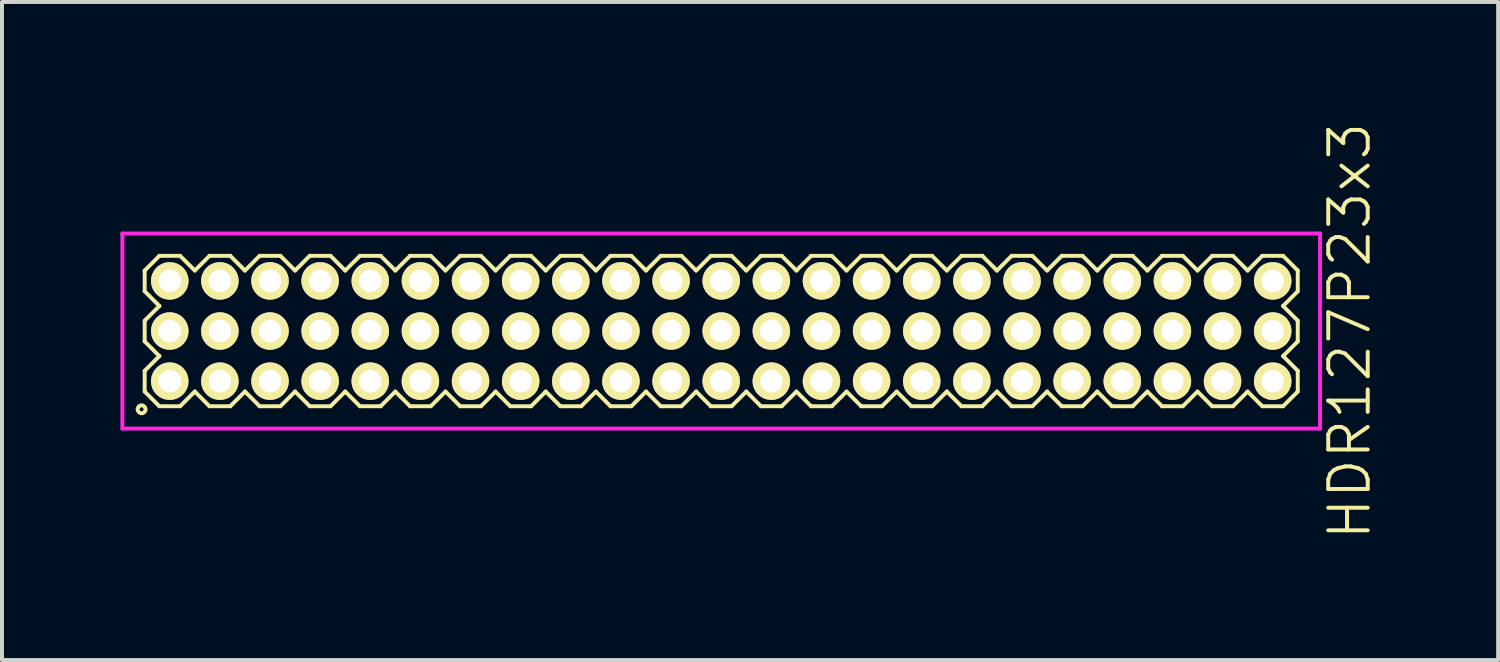
<source format=kicad_pcb>
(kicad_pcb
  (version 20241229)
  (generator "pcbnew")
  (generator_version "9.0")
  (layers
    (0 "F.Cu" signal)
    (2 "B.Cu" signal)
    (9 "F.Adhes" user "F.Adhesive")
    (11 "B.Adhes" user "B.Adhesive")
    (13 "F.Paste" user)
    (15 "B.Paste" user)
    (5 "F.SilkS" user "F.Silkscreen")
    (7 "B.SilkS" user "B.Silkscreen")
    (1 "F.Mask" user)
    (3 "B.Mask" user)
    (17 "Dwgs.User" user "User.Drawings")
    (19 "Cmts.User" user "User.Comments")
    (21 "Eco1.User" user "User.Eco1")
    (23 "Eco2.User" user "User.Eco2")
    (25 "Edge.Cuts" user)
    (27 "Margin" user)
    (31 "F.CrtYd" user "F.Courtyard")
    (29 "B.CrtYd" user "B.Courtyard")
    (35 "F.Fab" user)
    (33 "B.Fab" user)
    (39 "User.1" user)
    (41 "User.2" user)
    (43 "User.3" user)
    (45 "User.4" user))
  (footprint "HDR127P23x3"
    (layer "F.Cu")
    (at 15.22 5.336)
    (property "Reference" "HDR127P23x3" (at 15.92 0 90) (layer "F.SilkS") (effects (font (size 1 1) (thickness 0.1))))
    (attr through_hole)
    (fp_line (start -14.605 -1.533) (end -14.233 -1.905) (stroke (width 0.1) (type solid)) (layer "F.SilkS"))
    (fp_line (start -14.605 -1.007) (end -14.605 -1.533) (stroke (width 0.1) (type solid)) (layer "F.SilkS"))
    (fp_line (start -14.605 -0.263) (end -14.233 -0.635) (stroke (width 0.1) (type solid)) (layer "F.SilkS"))
    (fp_line (start -14.605 0.263) (end -14.605 -0.263) (stroke (width 0.1) (type solid)) (layer "F.SilkS"))
    (fp_line (start -14.605 1.007) (end -14.233 0.635) (stroke (width 0.1) (type solid)) (layer "F.SilkS"))
    (fp_line (start -14.605 1.533) (end -14.605 1.007) (stroke (width 0.1) (type solid)) (layer "F.SilkS"))
    (fp_line (start -14.233 -1.905) (end -13.707 -1.905) (stroke (width 0.1) (type solid)) (layer "F.SilkS"))
    (fp_line (start -14.233 -0.635) (end -14.605 -1.007) (stroke (width 0.1) (type solid)) (layer "F.SilkS"))
    (fp_line (start -14.233 0.635) (end -14.605 0.263) (stroke (width 0.1) (type solid)) (layer "F.SilkS"))
    (fp_line (start -14.233 1.905) (end -14.605 1.533) (stroke (width 0.1) (type solid)) (layer "F.SilkS"))
    (fp_line (start -13.707 -1.905) (end -13.335 -1.533) (stroke (width 0.1) (type solid)) (layer "F.SilkS"))
    (fp_line (start -13.707 1.905) (end -14.233 1.905) (stroke (width 0.1) (type solid)) (layer "F.SilkS"))
    (fp_line (start -13.335 -1.533) (end -12.963 -1.905) (stroke (width 0.1) (type solid)) (layer "F.SilkS"))
    (fp_line (start -13.335 1.533) (end -13.707 1.905) (stroke (width 0.1) (type solid)) (layer "F.SilkS"))
    (fp_line (start -12.963 -1.905) (end -12.437 -1.905) (stroke (width 0.1) (type solid)) (layer "F.SilkS"))
    (fp_line (start -12.963 1.905) (end -13.335 1.533) (stroke (width 0.1) (type solid)) (layer "F.SilkS"))
    (fp_line (start -12.437 -1.905) (end -12.065 -1.533) (stroke (width 0.1) (type solid)) (layer "F.SilkS"))
    (fp_line (start -12.437 1.905) (end -12.963 1.905) (stroke (width 0.1) (type solid)) (layer "F.SilkS"))
    (fp_line (start -12.065 -1.533) (end -11.693 -1.905) (stroke (width 0.1) (type solid)) (layer "F.SilkS"))
    (fp_line (start -12.065 1.533) (end -12.437 1.905) (stroke (width 0.1) (type solid)) (layer "F.SilkS"))
    (fp_line (start -11.693 -1.905) (end -11.167 -1.905) (stroke (width 0.1) (type solid)) (layer "F.SilkS"))
    (fp_line (start -11.693 1.905) (end -12.065 1.533) (stroke (width 0.1) (type solid)) (layer "F.SilkS"))
    (fp_line (start -11.167 -1.905) (end -10.795 -1.533) (stroke (width 0.1) (type solid)) (layer "F.SilkS"))
    (fp_line (start -11.167 1.905) (end -11.693 1.905) (stroke (width 0.1) (type solid)) (layer "F.SilkS"))
    (fp_line (start -10.795 -1.533) (end -10.423 -1.905) (stroke (width 0.1) (type solid)) (layer "F.SilkS"))
    (fp_line (start -10.795 1.533) (end -11.167 1.905) (stroke (width 0.1) (type solid)) (layer "F.SilkS"))
    (fp_line (start -10.423 -1.905) (end -9.897 -1.905) (stroke (width 0.1) (type solid)) (layer "F.SilkS"))
    (fp_line (start -10.423 1.905) (end -10.795 1.533) (stroke (width 0.1) (type solid)) (layer "F.SilkS"))
    (fp_line (start -9.897 -1.905) (end -9.525 -1.533) (stroke (width 0.1) (type solid)) (layer "F.SilkS"))
    (fp_line (start -9.897 1.905) (end -10.423 1.905) (stroke (width 0.1) (type solid)) (layer "F.SilkS"))
    (fp_line (start -9.525 -1.533) (end -9.153 -1.905) (stroke (width 0.1) (type solid)) (layer "F.SilkS"))
    (fp_line (start -9.525 1.533) (end -9.897 1.905) (stroke (width 0.1) (type solid)) (layer "F.SilkS"))
    (fp_line (start -9.153 -1.905) (end -8.627 -1.905) (stroke (width 0.1) (type solid)) (layer "F.SilkS"))
    (fp_line (start -9.153 1.905) (end -9.525 1.533) (stroke (width 0.1) (type solid)) (layer "F.SilkS"))
    (fp_line (start -8.627 -1.905) (end -8.255 -1.533) (stroke (width 0.1) (type solid)) (layer "F.SilkS"))
    (fp_line (start -8.627 1.905) (end -9.153 1.905) (stroke (width 0.1) (type solid)) (layer "F.SilkS"))
    (fp_line (start -8.255 -1.533) (end -7.883 -1.905) (stroke (width 0.1) (type solid)) (layer "F.SilkS"))
    (fp_line (start -8.255 1.533) (end -8.627 1.905) (stroke (width 0.1) (type solid)) (layer "F.SilkS"))
    (fp_line (start -7.883 -1.905) (end -7.357 -1.905) (stroke (width 0.1) (type solid)) (layer "F.SilkS"))
    (fp_line (start -7.883 1.905) (end -8.255 1.533) (stroke (width 0.1) (type solid)) (layer "F.SilkS"))
    (fp_line (start -7.357 -1.905) (end -6.985 -1.533) (stroke (width 0.1) (type solid)) (layer "F.SilkS"))
    (fp_line (start -7.357 1.905) (end -7.883 1.905) (stroke (width 0.1) (type solid)) (layer "F.SilkS"))
    (fp_line (start -6.985 -1.533) (end -6.613 -1.905) (stroke (width 0.1) (type solid)) (layer "F.SilkS"))
    (fp_line (start -6.985 1.533) (end -7.357 1.905) (stroke (width 0.1) (type solid)) (layer "F.SilkS"))
    (fp_line (start -6.613 -1.905) (end -6.087 -1.905) (stroke (width 0.1) (type solid)) (layer "F.SilkS"))
    (fp_line (start -6.613 1.905) (end -6.985 1.533) (stroke (width 0.1) (type solid)) (layer "F.SilkS"))
    (fp_line (start -6.087 -1.905) (end -5.715 -1.533) (stroke (width 0.1) (type solid)) (layer "F.SilkS"))
    (fp_line (start -6.087 1.905) (end -6.613 1.905) (stroke (width 0.1) (type solid)) (layer "F.SilkS"))
    (fp_line (start -5.715 -1.533) (end -5.343 -1.905) (stroke (width 0.1) (type solid)) (layer "F.SilkS"))
    (fp_line (start -5.715 1.533) (end -6.087 1.905) (stroke (width 0.1) (type solid)) (layer "F.SilkS"))
    (fp_line (start -5.343 -1.905) (end -4.817 -1.905) (stroke (width 0.1) (type solid)) (layer "F.SilkS"))
    (fp_line (start -5.343 1.905) (end -5.715 1.533) (stroke (width 0.1) (type solid)) (layer "F.SilkS"))
    (fp_line (start -4.817 -1.905) (end -4.445 -1.533) (stroke (width 0.1) (type solid)) (layer "F.SilkS"))
    (fp_line (start -4.817 1.905) (end -5.343 1.905) (stroke (width 0.1) (type solid)) (layer "F.SilkS"))
    (fp_line (start -4.445 -1.533) (end -4.073 -1.905) (stroke (width 0.1) (type solid)) (layer "F.SilkS"))
    (fp_line (start -4.445 1.533) (end -4.817 1.905) (stroke (width 0.1) (type solid)) (layer "F.SilkS"))
    (fp_line (start -4.073 -1.905) (end -3.547 -1.905) (stroke (width 0.1) (type solid)) (layer "F.SilkS"))
    (fp_line (start -4.073 1.905) (end -4.445 1.533) (stroke (width 0.1) (type solid)) (layer "F.SilkS"))
    (fp_line (start -3.547 -1.905) (end -3.175 -1.533) (stroke (width 0.1) (type solid)) (layer "F.SilkS"))
    (fp_line (start -3.547 1.905) (end -4.073 1.905) (stroke (width 0.1) (type solid)) (layer "F.SilkS"))
    (fp_line (start -3.175 -1.533) (end -2.803 -1.905) (stroke (width 0.1) (type solid)) (layer "F.SilkS"))
    (fp_line (start -3.175 1.533) (end -3.547 1.905) (stroke (width 0.1) (type solid)) (layer "F.SilkS"))
    (fp_line (start -2.803 -1.905) (end -2.277 -1.905) (stroke (width 0.1) (type solid)) (layer "F.SilkS"))
    (fp_line (start -2.803 1.905) (end -3.175 1.533) (stroke (width 0.1) (type solid)) (layer "F.SilkS"))
    (fp_line (start -2.277 -1.905) (end -1.905 -1.533) (stroke (width 0.1) (type solid)) (layer "F.SilkS"))
    (fp_line (start -2.277 1.905) (end -2.803 1.905) (stroke (width 0.1) (type solid)) (layer "F.SilkS"))
    (fp_line (start -1.905 -1.533) (end -1.533 -1.905) (stroke (width 0.1) (type solid)) (layer "F.SilkS"))
    (fp_line (start -1.905 1.533) (end -2.277 1.905) (stroke (width 0.1) (type solid)) (layer "F.SilkS"))
    (fp_line (start -1.533 -1.905) (end -1.007 -1.905) (stroke (width 0.1) (type solid)) (layer "F.SilkS"))
    (fp_line (start -1.533 1.905) (end -1.905 1.533) (stroke (width 0.1) (type solid)) (layer "F.SilkS"))
    (fp_line (start -1.007 -1.905) (end -0.635 -1.533) (stroke (width 0.1) (type solid)) (layer "F.SilkS"))
    (fp_line (start -1.007 1.905) (end -1.533 1.905) (stroke (width 0.1) (type solid)) (layer "F.SilkS"))
    (fp_line (start -0.635 -1.533) (end -0.263 -1.905) (stroke (width 0.1) (type solid)) (layer "F.SilkS"))
    (fp_line (start -0.635 1.533) (end -1.007 1.905) (stroke (width 0.1) (type solid)) (layer "F.SilkS"))
    (fp_line (start -0.263 -1.905) (end 0.263 -1.905) (stroke (width 0.1) (type solid)) (layer "F.SilkS"))
    (fp_line (start -0.263 1.905) (end -0.635 1.533) (stroke (width 0.1) (type solid)) (layer "F.SilkS"))
    (fp_line (start 0.263 -1.905) (end 0.635 -1.533) (stroke (width 0.1) (type solid)) (layer "F.SilkS"))
    (fp_line (start 0.263 1.905) (end -0.263 1.905) (stroke (width 0.1) (type solid)) (layer "F.SilkS"))
    (fp_line (start 0.635 -1.533) (end 1.007 -1.905) (stroke (width 0.1) (type solid)) (layer "F.SilkS"))
    (fp_line (start 0.635 1.533) (end 0.263 1.905) (stroke (width 0.1) (type solid)) (layer "F.SilkS"))
    (fp_line (start 1.007 -1.905) (end 1.533 -1.905) (stroke (width 0.1) (type solid)) (layer "F.SilkS"))
    (fp_line (start 1.007 1.905) (end 0.635 1.533) (stroke (width 0.1) (type solid)) (layer "F.SilkS"))
    (fp_line (start 1.533 -1.905) (end 1.905 -1.533) (stroke (width 0.1) (type solid)) (layer "F.SilkS"))
    (fp_line (start 1.533 1.905) (end 1.007 1.905) (stroke (width 0.1) (type solid)) (layer "F.SilkS"))
    (fp_line (start 1.905 -1.533) (end 2.277 -1.905) (stroke (width 0.1) (type solid)) (layer "F.SilkS"))
    (fp_line (start 1.905 1.533) (end 1.533 1.905) (stroke (width 0.1) (type solid)) (layer "F.SilkS"))
    (fp_line (start 2.277 -1.905) (end 2.803 -1.905) (stroke (width 0.1) (type solid)) (layer "F.SilkS"))
    (fp_line (start 2.277 1.905) (end 1.905 1.533) (stroke (width 0.1) (type solid)) (layer "F.SilkS"))
    (fp_line (start 2.803 -1.905) (end 3.175 -1.533) (stroke (width 0.1) (type solid)) (layer "F.SilkS"))
    (fp_line (start 2.803 1.905) (end 2.277 1.905) (stroke (width 0.1) (type solid)) (layer "F.SilkS"))
    (fp_line (start 3.175 -1.533) (end 3.547 -1.905) (stroke (width 0.1) (type solid)) (layer "F.SilkS"))
    (fp_line (start 3.175 1.533) (end 2.803 1.905) (stroke (width 0.1) (type solid)) (layer "F.SilkS"))
    (fp_line (start 3.547 -1.905) (end 4.073 -1.905) (stroke (width 0.1) (type solid)) (layer "F.SilkS"))
    (fp_line (start 3.547 1.905) (end 3.175 1.533) (stroke (width 0.1) (type solid)) (layer "F.SilkS"))
    (fp_line (start 4.073 -1.905) (end 4.445 -1.533) (stroke (width 0.1) (type solid)) (layer "F.SilkS"))
    (fp_line (start 4.073 1.905) (end 3.547 1.905) (stroke (width 0.1) (type solid)) (layer "F.SilkS"))
    (fp_line (start 4.445 -1.533) (end 4.817 -1.905) (stroke (width 0.1) (type solid)) (layer "F.SilkS"))
    (fp_line (start 4.445 1.533) (end 4.073 1.905) (stroke (width 0.1) (type solid)) (layer "F.SilkS"))
    (fp_line (start 4.817 -1.905) (end 5.343 -1.905) (stroke (width 0.1) (type solid)) (layer "F.SilkS"))
    (fp_line (start 4.817 1.905) (end 4.445 1.533) (stroke (width 0.1) (type solid)) (layer "F.SilkS"))
    (fp_line (start 5.343 -1.905) (end 5.715 -1.533) (stroke (width 0.1) (type solid)) (layer "F.SilkS"))
    (fp_line (start 5.343 1.905) (end 4.817 1.905) (stroke (width 0.1) (type solid)) (layer "F.SilkS"))
    (fp_line (start 5.715 -1.533) (end 6.087 -1.905) (stroke (width 0.1) (type solid)) (layer "F.SilkS"))
    (fp_line (start 5.715 1.533) (end 5.343 1.905) (stroke (width 0.1) (type solid)) (layer "F.SilkS"))
    (fp_line (start 6.087 -1.905) (end 6.613 -1.905) (stroke (width 0.1) (type solid)) (layer "F.SilkS"))
    (fp_line (start 6.087 1.905) (end 5.715 1.533) (stroke (width 0.1) (type solid)) (layer "F.SilkS"))
    (fp_line (start 6.613 -1.905) (end 6.985 -1.533) (stroke (width 0.1) (type solid)) (layer "F.SilkS"))
    (fp_line (start 6.613 1.905) (end 6.087 1.905) (stroke (width 0.1) (type solid)) (layer "F.SilkS"))
    (fp_line (start 6.985 -1.533) (end 7.357 -1.905) (stroke (width 0.1) (type solid)) (layer "F.SilkS"))
    (fp_line (start 6.985 1.533) (end 6.613 1.905) (stroke (width 0.1) (type solid)) (layer "F.SilkS"))
    (fp_line (start 7.357 -1.905) (end 7.883 -1.905) (stroke (width 0.1) (type solid)) (layer "F.SilkS"))
    (fp_line (start 7.357 1.905) (end 6.985 1.533) (stroke (width 0.1) (type solid)) (layer "F.SilkS"))
    (fp_line (start 7.883 -1.905) (end 8.255 -1.533) (stroke (width 0.1) (type solid)) (layer "F.SilkS"))
    (fp_line (start 7.883 1.905) (end 7.357 1.905) (stroke (width 0.1) (type solid)) (layer "F.SilkS"))
    (fp_line (start 8.255 -1.533) (end 8.627 -1.905) (stroke (width 0.1) (type solid)) (layer "F.SilkS"))
    (fp_line (start 8.255 1.533) (end 7.883 1.905) (stroke (width 0.1) (type solid)) (layer "F.SilkS"))
    (fp_line (start 8.627 -1.905) (end 9.153 -1.905) (stroke (width 0.1) (type solid)) (layer "F.SilkS"))
    (fp_line (start 8.627 1.905) (end 8.255 1.533) (stroke (width 0.1) (type solid)) (layer "F.SilkS"))
    (fp_line (start 9.153 -1.905) (end 9.525 -1.533) (stroke (width 0.1) (type solid)) (layer "F.SilkS"))
    (fp_line (start 9.153 1.905) (end 8.627 1.905) (stroke (width 0.1) (type solid)) (layer "F.SilkS"))
    (fp_line (start 9.525 -1.533) (end 9.897 -1.905) (stroke (width 0.1) (type solid)) (layer "F.SilkS"))
    (fp_line (start 9.525 1.533) (end 9.153 1.905) (stroke (width 0.1) (type solid)) (layer "F.SilkS"))
    (fp_line (start 9.897 -1.905) (end 10.423 -1.905) (stroke (width 0.1) (type solid)) (layer "F.SilkS"))
    (fp_line (start 9.897 1.905) (end 9.525 1.533) (stroke (width 0.1) (type solid)) (layer "F.SilkS"))
    (fp_line (start 10.423 -1.905) (end 10.795 -1.533) (stroke (width 0.1) (type solid)) (layer "F.SilkS"))
    (fp_line (start 10.423 1.905) (end 9.897 1.905) (stroke (width 0.1) (type solid)) (layer "F.SilkS"))
    (fp_line (start 10.795 -1.533) (end 11.167 -1.905) (stroke (width 0.1) (type solid)) (layer "F.SilkS"))
    (fp_line (start 10.795 1.533) (end 10.423 1.905) (stroke (width 0.1) (type solid)) (layer "F.SilkS"))
    (fp_line (start 11.167 -1.905) (end 11.693 -1.905) (stroke (width 0.1) (type solid)) (layer "F.SilkS"))
    (fp_line (start 11.167 1.905) (end 10.795 1.533) (stroke (width 0.1) (type solid)) (layer "F.SilkS"))
    (fp_line (start 11.693 -1.905) (end 12.065 -1.533) (stroke (width 0.1) (type solid)) (layer "F.SilkS"))
    (fp_line (start 11.693 1.905) (end 11.167 1.905) (stroke (width 0.1) (type solid)) (layer "F.SilkS"))
    (fp_line (start 12.065 -1.533) (end 12.437 -1.905) (stroke (width 0.1) (type solid)) (layer "F.SilkS"))
    (fp_line (start 12.065 1.533) (end 11.693 1.905) (stroke (width 0.1) (type solid)) (layer "F.SilkS"))
    (fp_line (start 12.437 -1.905) (end 12.963 -1.905) (stroke (width 0.1) (type solid)) (layer "F.SilkS"))
    (fp_line (start 12.437 1.905) (end 12.065 1.533) (stroke (width 0.1) (type solid)) (layer "F.SilkS"))
    (fp_line (start 12.963 -1.905) (end 13.335 -1.533) (stroke (width 0.1) (type solid)) (layer "F.SilkS"))
    (fp_line (start 12.963 1.905) (end 12.437 1.905) (stroke (width 0.1) (type solid)) (layer "F.SilkS"))
    (fp_line (start 13.335 -1.533) (end 13.707 -1.905) (stroke (width 0.1) (type solid)) (layer "F.SilkS"))
    (fp_line (start 13.335 1.533) (end 12.963 1.905) (stroke (width 0.1) (type solid)) (layer "F.SilkS"))
    (fp_line (start 13.707 -1.905) (end 14.233 -1.905) (stroke (width 0.1) (type solid)) (layer "F.SilkS"))
    (fp_line (start 13.707 1.905) (end 13.335 1.533) (stroke (width 0.1) (type solid)) (layer "F.SilkS"))
    (fp_line (start 14.233 -1.905) (end 14.605 -1.533) (stroke (width 0.1) (type solid)) (layer "F.SilkS"))
    (fp_line (start 14.233 -0.635) (end 14.605 -0.263) (stroke (width 0.1) (type solid)) (layer "F.SilkS"))
    (fp_line (start 14.233 0.635) (end 14.605 1.007) (stroke (width 0.1) (type solid)) (layer "F.SilkS"))
    (fp_line (start 14.233 1.905) (end 13.707 1.905) (stroke (width 0.1) (type solid)) (layer "F.SilkS"))
    (fp_line (start 14.605 -1.533) (end 14.605 -1.007) (stroke (width 0.1) (type solid)) (layer "F.SilkS"))
    (fp_line (start 14.605 -1.007) (end 14.233 -0.635) (stroke (width 0.1) (type solid)) (layer "F.SilkS"))
    (fp_line (start 14.605 -0.263) (end 14.605 0.263) (stroke (width 0.1) (type solid)) (layer "F.SilkS"))
    (fp_line (start 14.605 0.263) (end 14.233 0.635) (stroke (width 0.1) (type solid)) (layer "F.SilkS"))
    (fp_line (start 14.605 1.007) (end 14.605 1.533) (stroke (width 0.1) (type solid)) (layer "F.SilkS"))
    (fp_line (start 14.605 1.533) (end 14.233 1.905) (stroke (width 0.1) (type solid)) (layer "F.SilkS"))
    (fp_circle (center -14.683 1.983) (end -14.583 1.983) (stroke (width 0.1) (type solid)) (fill no) (layer "F.SilkS"))
    (fp_line (start -15.17 -2.47) (end -15.17 2.47) (stroke (width 0.1) (type solid)) (layer "F.CrtYd"))
    (fp_line (start -15.17 2.47) (end 15.17 2.47) (stroke (width 0.1) (type solid)) (layer "F.CrtYd"))
    (fp_line (start 15.17 -2.47) (end -15.17 -2.47) (stroke (width 0.1) (type solid)) (layer "F.CrtYd"))
    (fp_line (start 15.17 2.47) (end 15.17 -2.47) (stroke (width 0.1) (type solid)) (layer "F.CrtYd"))
    (pad "1" thru_hole oval (at -13.97 1.27) (size 0.95 0.95) (drill 0.57) (layers "*.Cu" "*.Mask" "F.SilkS"))
    (pad "2" thru_hole oval (at -13.97 0) (size 0.95 0.95) (drill 0.57) (layers "*.Cu" "*.Mask" "F.SilkS"))
    (pad "3" thru_hole oval (at -13.97 -1.27) (size 0.95 0.95) (drill 0.57) (layers "*.Cu" "*.Mask" "F.SilkS"))
    (pad "4" thru_hole oval (at -12.7 1.27) (size 0.95 0.95) (drill 0.57) (layers "*.Cu" "*.Mask" "F.SilkS"))
    (pad "5" thru_hole oval (at -12.7 0) (size 0.95 0.95) (drill 0.57) (layers "*.Cu" "*.Mask" "F.SilkS"))
    (pad "6" thru_hole oval (at -12.7 -1.27) (size 0.95 0.95) (drill 0.57) (layers "*.Cu" "*.Mask" "F.SilkS"))
    (pad "7" thru_hole oval (at -11.43 1.27) (size 0.95 0.95) (drill 0.57) (layers "*.Cu" "*.Mask" "F.SilkS"))
    (pad "8" thru_hole oval (at -11.43 0) (size 0.95 0.95) (drill 0.57) (layers "*.Cu" "*.Mask" "F.SilkS"))
    (pad "9" thru_hole oval (at -11.43 -1.27) (size 0.95 0.95) (drill 0.57) (layers "*.Cu" "*.Mask" "F.SilkS"))
    (pad "10" thru_hole oval (at -10.16 1.27) (size 0.95 0.95) (drill 0.57) (layers "*.Cu" "*.Mask" "F.SilkS"))
    (pad "11" thru_hole oval (at -10.16 0) (size 0.95 0.95) (drill 0.57) (layers "*.Cu" "*.Mask" "F.SilkS"))
    (pad "12" thru_hole oval (at -10.16 -1.27) (size 0.95 0.95) (drill 0.57) (layers "*.Cu" "*.Mask" "F.SilkS"))
    (pad "13" thru_hole oval (at -8.89 1.27) (size 0.95 0.95) (drill 0.57) (layers "*.Cu" "*.Mask" "F.SilkS"))
    (pad "14" thru_hole oval (at -8.89 0) (size 0.95 0.95) (drill 0.57) (layers "*.Cu" "*.Mask" "F.SilkS"))
    (pad "15" thru_hole oval (at -8.89 -1.27) (size 0.95 0.95) (drill 0.57) (layers "*.Cu" "*.Mask" "F.SilkS"))
    (pad "16" thru_hole oval (at -7.62 1.27) (size 0.95 0.95) (drill 0.57) (layers "*.Cu" "*.Mask" "F.SilkS"))
    (pad "17" thru_hole oval (at -7.62 0) (size 0.95 0.95) (drill 0.57) (layers "*.Cu" "*.Mask" "F.SilkS"))
    (pad "18" thru_hole oval (at -7.62 -1.27) (size 0.95 0.95) (drill 0.57) (layers "*.Cu" "*.Mask" "F.SilkS"))
    (pad "19" thru_hole oval (at -6.35 1.27) (size 0.95 0.95) (drill 0.57) (layers "*.Cu" "*.Mask" "F.SilkS"))
    (pad "20" thru_hole oval (at -6.35 0) (size 0.95 0.95) (drill 0.57) (layers "*.Cu" "*.Mask" "F.SilkS"))
    (pad "21" thru_hole oval (at -6.35 -1.27) (size 0.95 0.95) (drill 0.57) (layers "*.Cu" "*.Mask" "F.SilkS"))
    (pad "22" thru_hole oval (at -5.08 1.27) (size 0.95 0.95) (drill 0.57) (layers "*.Cu" "*.Mask" "F.SilkS"))
    (pad "23" thru_hole oval (at -5.08 0) (size 0.95 0.95) (drill 0.57) (layers "*.Cu" "*.Mask" "F.SilkS"))
    (pad "24" thru_hole oval (at -5.08 -1.27) (size 0.95 0.95) (drill 0.57) (layers "*.Cu" "*.Mask" "F.SilkS"))
    (pad "25" thru_hole oval (at -3.81 1.27) (size 0.95 0.95) (drill 0.57) (layers "*.Cu" "*.Mask" "F.SilkS"))
    (pad "26" thru_hole oval (at -3.81 0) (size 0.95 0.95) (drill 0.57) (layers "*.Cu" "*.Mask" "F.SilkS"))
    (pad "27" thru_hole oval (at -3.81 -1.27) (size 0.95 0.95) (drill 0.57) (layers "*.Cu" "*.Mask" "F.SilkS"))
    (pad "28" thru_hole oval (at -2.54 1.27) (size 0.95 0.95) (drill 0.57) (layers "*.Cu" "*.Mask" "F.SilkS"))
    (pad "29" thru_hole oval (at -2.54 0) (size 0.95 0.95) (drill 0.57) (layers "*.Cu" "*.Mask" "F.SilkS"))
    (pad "30" thru_hole oval (at -2.54 -1.27) (size 0.95 0.95) (drill 0.57) (layers "*.Cu" "*.Mask" "F.SilkS"))
    (pad "31" thru_hole oval (at -1.27 1.27) (size 0.95 0.95) (drill 0.57) (layers "*.Cu" "*.Mask" "F.SilkS"))
    (pad "32" thru_hole oval (at -1.27 0) (size 0.95 0.95) (drill 0.57) (layers "*.Cu" "*.Mask" "F.SilkS"))
    (pad "33" thru_hole oval (at -1.27 -1.27) (size 0.95 0.95) (drill 0.57) (layers "*.Cu" "*.Mask" "F.SilkS"))
    (pad "34" thru_hole oval (at 0 1.27) (size 0.95 0.95) (drill 0.57) (layers "*.Cu" "*.Mask" "F.SilkS"))
    (pad "35" thru_hole oval (at 0 0) (size 0.95 0.95) (drill 0.57) (layers "*.Cu" "*.Mask" "F.SilkS"))
    (pad "36" thru_hole oval (at 0 -1.27) (size 0.95 0.95) (drill 0.57) (layers "*.Cu" "*.Mask" "F.SilkS"))
    (pad "37" thru_hole oval (at 1.27 1.27) (size 0.95 0.95) (drill 0.57) (layers "*.Cu" "*.Mask" "F.SilkS"))
    (pad "38" thru_hole oval (at 1.27 0) (size 0.95 0.95) (drill 0.57) (layers "*.Cu" "*.Mask" "F.SilkS"))
    (pad "39" thru_hole oval (at 1.27 -1.27) (size 0.95 0.95) (drill 0.57) (layers "*.Cu" "*.Mask" "F.SilkS"))
    (pad "40" thru_hole oval (at 2.54 1.27) (size 0.95 0.95) (drill 0.57) (layers "*.Cu" "*.Mask" "F.SilkS"))
    (pad "41" thru_hole oval (at 2.54 0) (size 0.95 0.95) (drill 0.57) (layers "*.Cu" "*.Mask" "F.SilkS"))
    (pad "42" thru_hole oval (at 2.54 -1.27) (size 0.95 0.95) (drill 0.57) (layers "*.Cu" "*.Mask" "F.SilkS"))
    (pad "43" thru_hole oval (at 3.81 1.27) (size 0.95 0.95) (drill 0.57) (layers "*.Cu" "*.Mask" "F.SilkS"))
    (pad "44" thru_hole oval (at 3.81 0) (size 0.95 0.95) (drill 0.57) (layers "*.Cu" "*.Mask" "F.SilkS"))
    (pad "45" thru_hole oval (at 3.81 -1.27) (size 0.95 0.95) (drill 0.57) (layers "*.Cu" "*.Mask" "F.SilkS"))
    (pad "46" thru_hole oval (at 5.08 1.27) (size 0.95 0.95) (drill 0.57) (layers "*.Cu" "*.Mask" "F.SilkS"))
    (pad "47" thru_hole oval (at 5.08 0) (size 0.95 0.95) (drill 0.57) (layers "*.Cu" "*.Mask" "F.SilkS"))
    (pad "48" thru_hole oval (at 5.08 -1.27) (size 0.95 0.95) (drill 0.57) (layers "*.Cu" "*.Mask" "F.SilkS"))
    (pad "49" thru_hole oval (at 6.35 1.27) (size 0.95 0.95) (drill 0.57) (layers "*.Cu" "*.Mask" "F.SilkS"))
    (pad "50" thru_hole oval (at 6.35 0) (size 0.95 0.95) (drill 0.57) (layers "*.Cu" "*.Mask" "F.SilkS"))
    (pad "51" thru_hole oval (at 6.35 -1.27) (size 0.95 0.95) (drill 0.57) (layers "*.Cu" "*.Mask" "F.SilkS"))
    (pad "52" thru_hole oval (at 7.62 1.27) (size 0.95 0.95) (drill 0.57) (layers "*.Cu" "*.Mask" "F.SilkS"))
    (pad "53" thru_hole oval (at 7.62 0) (size 0.95 0.95) (drill 0.57) (layers "*.Cu" "*.Mask" "F.SilkS"))
    (pad "54" thru_hole oval (at 7.62 -1.27) (size 0.95 0.95) (drill 0.57) (layers "*.Cu" "*.Mask" "F.SilkS"))
    (pad "55" thru_hole oval (at 8.89 1.27) (size 0.95 0.95) (drill 0.57) (layers "*.Cu" "*.Mask" "F.SilkS"))
    (pad "56" thru_hole oval (at 8.89 0) (size 0.95 0.95) (drill 0.57) (layers "*.Cu" "*.Mask" "F.SilkS"))
    (pad "57" thru_hole oval (at 8.89 -1.27) (size 0.95 0.95) (drill 0.57) (layers "*.Cu" "*.Mask" "F.SilkS"))
    (pad "58" thru_hole oval (at 10.16 1.27) (size 0.95 0.95) (drill 0.57) (layers "*.Cu" "*.Mask" "F.SilkS"))
    (pad "59" thru_hole oval (at 10.16 0) (size 0.95 0.95) (drill 0.57) (layers "*.Cu" "*.Mask" "F.SilkS"))
    (pad "60" thru_hole oval (at 10.16 -1.27) (size 0.95 0.95) (drill 0.57) (layers "*.Cu" "*.Mask" "F.SilkS"))
    (pad "61" thru_hole oval (at 11.43 1.27) (size 0.95 0.95) (drill 0.57) (layers "*.Cu" "*.Mask" "F.SilkS"))
    (pad "62" thru_hole oval (at 11.43 0) (size 0.95 0.95) (drill 0.57) (layers "*.Cu" "*.Mask" "F.SilkS"))
    (pad "63" thru_hole oval (at 11.43 -1.27) (size 0.95 0.95) (drill 0.57) (layers "*.Cu" "*.Mask" "F.SilkS"))
    (pad "64" thru_hole oval (at 12.7 1.27) (size 0.95 0.95) (drill 0.57) (layers "*.Cu" "*.Mask" "F.SilkS"))
    (pad "65" thru_hole oval (at 12.7 0) (size 0.95 0.95) (drill 0.57) (layers "*.Cu" "*.Mask" "F.SilkS"))
    (pad "66" thru_hole oval (at 12.7 -1.27) (size 0.95 0.95) (drill 0.57) (layers "*.Cu" "*.Mask" "F.SilkS"))
    (pad "67" thru_hole oval (at 13.97 1.27) (size 0.95 0.95) (drill 0.57) (layers "*.Cu" "*.Mask" "F.SilkS"))
    (pad "68" thru_hole oval (at 13.97 0) (size 0.95 0.95) (drill 0.57) (layers "*.Cu" "*.Mask" "F.SilkS"))
    (pad "69" thru_hole oval (at 13.97 -1.27) (size 0.95 0.95) (drill 0.57) (layers "*.Cu" "*.Mask" "F.SilkS")))
  (gr_rect
    (start -3 -3)
    (end 34.901 13.671)
    (stroke (width 0.1) (type default))
    (fill no)
    (layer "Edge.Cuts")))
</source>
